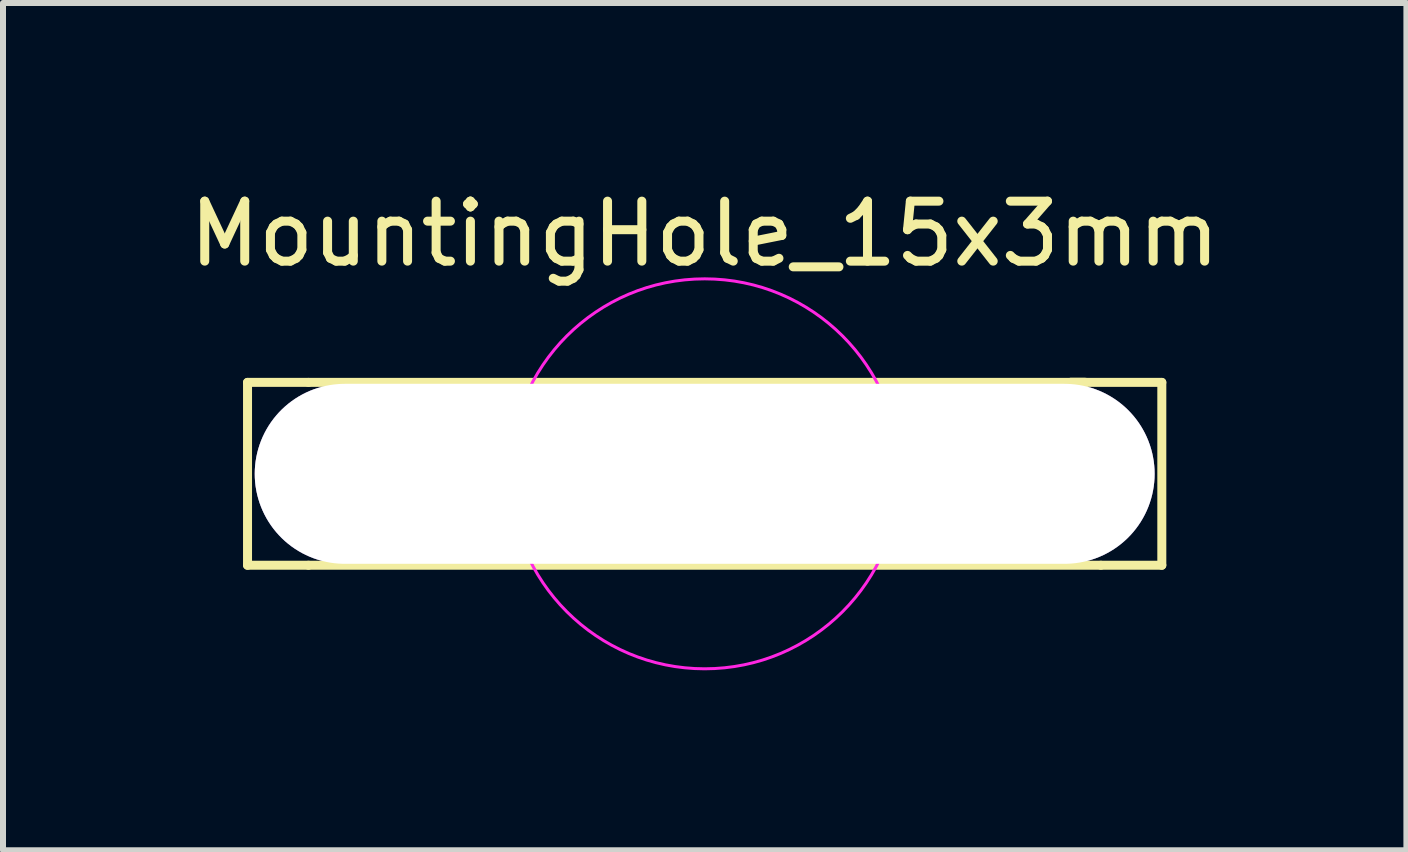
<source format=kicad_pcb>
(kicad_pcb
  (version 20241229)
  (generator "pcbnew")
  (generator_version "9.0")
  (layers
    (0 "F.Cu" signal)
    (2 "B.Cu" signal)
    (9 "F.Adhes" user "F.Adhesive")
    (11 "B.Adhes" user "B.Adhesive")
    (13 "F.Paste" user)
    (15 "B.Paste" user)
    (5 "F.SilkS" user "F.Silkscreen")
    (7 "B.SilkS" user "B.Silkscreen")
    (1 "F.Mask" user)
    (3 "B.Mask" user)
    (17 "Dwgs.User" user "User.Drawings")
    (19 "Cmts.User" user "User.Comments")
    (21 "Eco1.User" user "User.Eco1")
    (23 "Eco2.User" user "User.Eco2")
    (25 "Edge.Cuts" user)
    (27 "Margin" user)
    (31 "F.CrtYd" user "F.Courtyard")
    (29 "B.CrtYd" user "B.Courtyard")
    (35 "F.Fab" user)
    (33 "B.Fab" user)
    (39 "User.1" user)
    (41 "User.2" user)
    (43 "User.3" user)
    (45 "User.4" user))
  (footprint "MountingHole_15x3mm"
    (layer "F.Cu")
    (at 8.696 4.848)
    (property "Reference" "MountingHole_15x3mm" (at 0 -4 0) (layer "F.SilkS") (effects (font (size 1 1) (thickness 0.15))))
    (attr through_hole)
    (fp_line (start -7.62 -1.524) (end -7.62 1.524) (stroke (width 0.15) (type solid)) (layer "F.SilkS"))
    (fp_line (start -7.62 -1.524) (end -6.604 -1.524) (stroke (width 0.15) (type solid)) (layer "F.SilkS"))
    (fp_line (start -7.62 1.524) (end -6.604 1.524) (stroke (width 0.15) (type solid)) (layer "F.SilkS"))
    (fp_line (start -6.604 -1.524) (end 6.35 -1.524) (stroke (width 0.15) (type solid)) (layer "F.SilkS"))
    (fp_line (start -6.604 1.524) (end 6.604 1.524) (stroke (width 0.15) (type solid)) (layer "F.SilkS"))
    (fp_line (start 6.096 -1.524) (end 6.35 -1.524) (stroke (width 0.15) (type solid)) (layer "F.SilkS"))
    (fp_line (start 7.62 -1.524) (end 6.096 -1.524) (stroke (width 0.15) (type solid)) (layer "F.SilkS"))
    (fp_line (start 7.62 -1.524) (end 7.62 1.524) (stroke (width 0.15) (type solid)) (layer "F.SilkS"))
    (fp_line (start 7.62 1.524) (end 6.604 1.524) (stroke (width 0.15) (type solid)) (layer "F.SilkS"))
    (fp_circle (center 0 0) (end 3.25 0) (stroke (width 0.05) (type solid)) (fill no) (layer "F.CrtYd"))
    (pad "" thru_hole oval (at 0 0) (size 15 3) (drill oval 15 3) (layers "*.Cu" "*.Mask")))
  (gr_rect
    (start -3 -3)
    (end 20.393 11.123)
    (stroke (width 0.1) (type default))
    (fill no)
    (layer "Edge.Cuts")))
</source>
